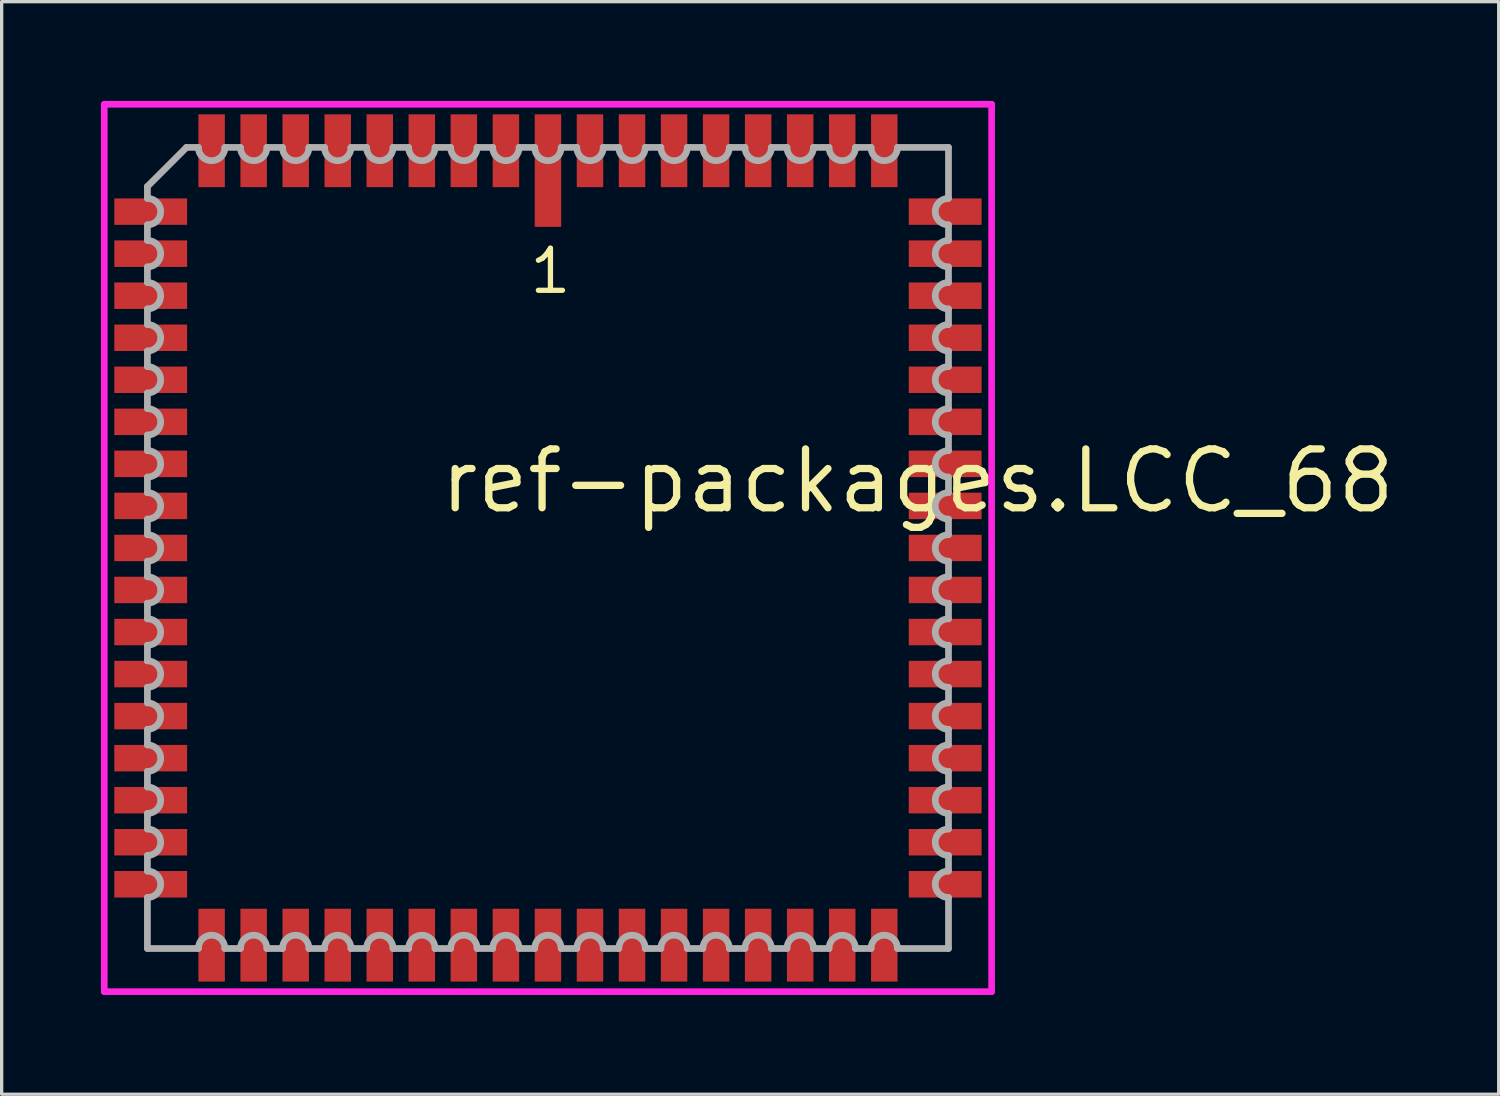
<source format=kicad_pcb>
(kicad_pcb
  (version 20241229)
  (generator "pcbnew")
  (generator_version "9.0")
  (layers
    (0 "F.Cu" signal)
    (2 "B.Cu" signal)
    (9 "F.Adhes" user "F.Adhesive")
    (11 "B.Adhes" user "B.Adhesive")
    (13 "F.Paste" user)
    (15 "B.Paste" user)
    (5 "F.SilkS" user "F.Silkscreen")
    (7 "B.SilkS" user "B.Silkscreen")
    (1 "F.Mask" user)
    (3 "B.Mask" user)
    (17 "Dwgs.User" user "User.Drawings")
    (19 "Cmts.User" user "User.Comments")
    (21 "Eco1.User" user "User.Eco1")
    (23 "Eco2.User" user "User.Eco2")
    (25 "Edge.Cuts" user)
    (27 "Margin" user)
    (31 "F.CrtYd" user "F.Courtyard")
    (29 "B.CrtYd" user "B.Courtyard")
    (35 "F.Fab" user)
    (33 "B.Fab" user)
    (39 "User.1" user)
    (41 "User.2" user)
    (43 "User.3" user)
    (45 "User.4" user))
  (footprint "ref-packages.LCC_68"
    (layer "F.Cu")
    (at 13.503 13.503)
    (property "Reference" "ref-packages.LCC_68" (at -3.37 -0.985 0) (layer "F.SilkS") (effects (font (size 1.778 1.778) (thickness 0.22)) (justify left bottom)))
    (attr smd)
    (fp_line (start -13.403 -13.403) (end 13.403 -13.403) (stroke (width 0.2) (type default)) (layer "F.CrtYd"))
    (fp_line (start -13.403 13.403) (end -13.403 -13.403) (stroke (width 0.2) (type default)) (layer "F.CrtYd"))
    (fp_line (start 13.403 -13.403) (end 13.403 13.403) (stroke (width 0.2) (type default)) (layer "F.CrtYd"))
    (fp_line (start 13.403 13.403) (end -13.403 13.403) (stroke (width 0.2) (type default)) (layer "F.CrtYd"))
    (fp_line (start -12.1 -10.92) (end -12.1 -10.56) (stroke (width 0.203) (type default)) (layer "F.Fab"))
    (fp_line (start -12.1 -9.76) (end -12.1 -9.29) (stroke (width 0.203) (type default)) (layer "F.Fab"))
    (fp_line (start -12.1 -8.49) (end -12.1 -8.02) (stroke (width 0.203) (type default)) (layer "F.Fab"))
    (fp_line (start -12.1 -7.22) (end -12.1 -6.75) (stroke (width 0.203) (type default)) (layer "F.Fab"))
    (fp_line (start -12.1 -5.95) (end -12.1 -5.48) (stroke (width 0.203) (type default)) (layer "F.Fab"))
    (fp_line (start -12.1 -4.68) (end -12.1 -4.21) (stroke (width 0.203) (type default)) (layer "F.Fab"))
    (fp_line (start -12.1 -3.41) (end -12.1 -2.94) (stroke (width 0.203) (type default)) (layer "F.Fab"))
    (fp_line (start -12.1 -2.14) (end -12.1 -1.67) (stroke (width 0.203) (type default)) (layer "F.Fab"))
    (fp_line (start -12.1 -0.87) (end -12.1 -0.4) (stroke (width 0.203) (type default)) (layer "F.Fab"))
    (fp_line (start -12.1 0.4) (end -12.1 0.87) (stroke (width 0.203) (type default)) (layer "F.Fab"))
    (fp_line (start -12.1 1.67) (end -12.1 2.14) (stroke (width 0.203) (type default)) (layer "F.Fab"))
    (fp_line (start -12.1 2.94) (end -12.1 3.41) (stroke (width 0.203) (type default)) (layer "F.Fab"))
    (fp_line (start -12.1 4.21) (end -12.1 4.68) (stroke (width 0.203) (type default)) (layer "F.Fab"))
    (fp_line (start -12.1 5.48) (end -12.1 5.95) (stroke (width 0.203) (type default)) (layer "F.Fab"))
    (fp_line (start -12.1 6.75) (end -12.1 7.22) (stroke (width 0.203) (type default)) (layer "F.Fab"))
    (fp_line (start -12.1 8.02) (end -12.1 8.49) (stroke (width 0.203) (type default)) (layer "F.Fab"))
    (fp_line (start -12.1 9.29) (end -12.1 9.76) (stroke (width 0.203) (type default)) (layer "F.Fab"))
    (fp_line (start -12.1 10.56) (end -12.1 12.1) (stroke (width 0.203) (type default)) (layer "F.Fab"))
    (fp_line (start -12.1 12.1) (end -10.56 12.1) (stroke (width 0.203) (type default)) (layer "F.Fab"))
    (fp_line (start -10.92 -12.1) (end -12.1 -10.92) (stroke (width 0.203) (type default)) (layer "F.Fab"))
    (fp_line (start -10.56 -12.1) (end -10.92 -12.1) (stroke (width 0.203) (type default)) (layer "F.Fab"))
    (fp_line (start -9.76 12.1) (end -9.29 12.1) (stroke (width 0.203) (type default)) (layer "F.Fab"))
    (fp_line (start -9.29 -12.1) (end -9.76 -12.1) (stroke (width 0.203) (type default)) (layer "F.Fab"))
    (fp_line (start -8.49 12.1) (end -8.02 12.1) (stroke (width 0.203) (type default)) (layer "F.Fab"))
    (fp_line (start -8.02 -12.1) (end -8.49 -12.1) (stroke (width 0.203) (type default)) (layer "F.Fab"))
    (fp_line (start -7.22 12.1) (end -6.75 12.1) (stroke (width 0.203) (type default)) (layer "F.Fab"))
    (fp_line (start -6.75 -12.1) (end -7.22 -12.1) (stroke (width 0.203) (type default)) (layer "F.Fab"))
    (fp_line (start -5.95 12.1) (end -5.48 12.1) (stroke (width 0.203) (type default)) (layer "F.Fab"))
    (fp_line (start -5.48 -12.1) (end -5.95 -12.1) (stroke (width 0.203) (type default)) (layer "F.Fab"))
    (fp_line (start -4.68 12.1) (end -4.21 12.1) (stroke (width 0.203) (type default)) (layer "F.Fab"))
    (fp_line (start -4.21 -12.1) (end -4.68 -12.1) (stroke (width 0.203) (type default)) (layer "F.Fab"))
    (fp_line (start -3.41 12.1) (end -2.94 12.1) (stroke (width 0.203) (type default)) (layer "F.Fab"))
    (fp_line (start -2.94 -12.1) (end -3.41 -12.1) (stroke (width 0.203) (type default)) (layer "F.Fab"))
    (fp_line (start -2.14 12.1) (end -1.67 12.1) (stroke (width 0.203) (type default)) (layer "F.Fab"))
    (fp_line (start -1.67 -12.1) (end -2.14 -12.1) (stroke (width 0.203) (type default)) (layer "F.Fab"))
    (fp_line (start -0.87 12.1) (end -0.4 12.1) (stroke (width 0.203) (type default)) (layer "F.Fab"))
    (fp_line (start -0.4 -12.1) (end -0.87 -12.1) (stroke (width 0.203) (type default)) (layer "F.Fab"))
    (fp_line (start 0.4 12.1) (end 0.87 12.1) (stroke (width 0.203) (type default)) (layer "F.Fab"))
    (fp_line (start 0.87 -12.1) (end 0.4 -12.1) (stroke (width 0.203) (type default)) (layer "F.Fab"))
    (fp_line (start 1.67 12.1) (end 2.14 12.1) (stroke (width 0.203) (type default)) (layer "F.Fab"))
    (fp_line (start 2.14 -12.1) (end 1.67 -12.1) (stroke (width 0.203) (type default)) (layer "F.Fab"))
    (fp_line (start 2.94 12.1) (end 3.41 12.1) (stroke (width 0.203) (type default)) (layer "F.Fab"))
    (fp_line (start 3.41 -12.1) (end 2.94 -12.1) (stroke (width 0.203) (type default)) (layer "F.Fab"))
    (fp_line (start 4.21 12.1) (end 4.68 12.1) (stroke (width 0.203) (type default)) (layer "F.Fab"))
    (fp_line (start 4.68 -12.1) (end 4.21 -12.1) (stroke (width 0.203) (type default)) (layer "F.Fab"))
    (fp_line (start 5.48 12.1) (end 5.95 12.1) (stroke (width 0.203) (type default)) (layer "F.Fab"))
    (fp_line (start 5.95 -12.1) (end 5.48 -12.1) (stroke (width 0.203) (type default)) (layer "F.Fab"))
    (fp_line (start 6.75 12.1) (end 7.22 12.1) (stroke (width 0.203) (type default)) (layer "F.Fab"))
    (fp_line (start 7.22 -12.1) (end 6.75 -12.1) (stroke (width 0.203) (type default)) (layer "F.Fab"))
    (fp_line (start 8.02 12.1) (end 8.49 12.1) (stroke (width 0.203) (type default)) (layer "F.Fab"))
    (fp_line (start 8.49 -12.1) (end 8.02 -12.1) (stroke (width 0.203) (type default)) (layer "F.Fab"))
    (fp_line (start 9.29 12.1) (end 9.76 12.1) (stroke (width 0.203) (type default)) (layer "F.Fab"))
    (fp_line (start 9.76 -12.1) (end 9.29 -12.1) (stroke (width 0.203) (type default)) (layer "F.Fab"))
    (fp_line (start 10.56 12.1) (end 12.1 12.1) (stroke (width 0.203) (type default)) (layer "F.Fab"))
    (fp_line (start 12.1 -12.1) (end 10.56 -12.1) (stroke (width 0.203) (type default)) (layer "F.Fab"))
    (fp_line (start 12.1 -10.56) (end 12.1 -12.1) (stroke (width 0.203) (type default)) (layer "F.Fab"))
    (fp_line (start 12.1 -9.29) (end 12.1 -9.76) (stroke (width 0.203) (type default)) (layer "F.Fab"))
    (fp_line (start 12.1 -8.02) (end 12.1 -8.49) (stroke (width 0.203) (type default)) (layer "F.Fab"))
    (fp_line (start 12.1 -6.75) (end 12.1 -7.22) (stroke (width 0.203) (type default)) (layer "F.Fab"))
    (fp_line (start 12.1 -5.48) (end 12.1 -5.95) (stroke (width 0.203) (type default)) (layer "F.Fab"))
    (fp_line (start 12.1 -4.21) (end 12.1 -4.68) (stroke (width 0.203) (type default)) (layer "F.Fab"))
    (fp_line (start 12.1 -2.94) (end 12.1 -3.41) (stroke (width 0.203) (type default)) (layer "F.Fab"))
    (fp_line (start 12.1 -1.67) (end 12.1 -2.14) (stroke (width 0.203) (type default)) (layer "F.Fab"))
    (fp_line (start 12.1 -0.4) (end 12.1 -0.87) (stroke (width 0.203) (type default)) (layer "F.Fab"))
    (fp_line (start 12.1 0.87) (end 12.1 0.4) (stroke (width 0.203) (type default)) (layer "F.Fab"))
    (fp_line (start 12.1 2.14) (end 12.1 1.67) (stroke (width 0.203) (type default)) (layer "F.Fab"))
    (fp_line (start 12.1 3.41) (end 12.1 2.94) (stroke (width 0.203) (type default)) (layer "F.Fab"))
    (fp_line (start 12.1 4.68) (end 12.1 4.21) (stroke (width 0.203) (type default)) (layer "F.Fab"))
    (fp_line (start 12.1 5.95) (end 12.1 5.48) (stroke (width 0.203) (type default)) (layer "F.Fab"))
    (fp_line (start 12.1 7.22) (end 12.1 6.75) (stroke (width 0.203) (type default)) (layer "F.Fab"))
    (fp_line (start 12.1 8.49) (end 12.1 8.02) (stroke (width 0.203) (type default)) (layer "F.Fab"))
    (fp_line (start 12.1 9.76) (end 12.1 9.29) (stroke (width 0.203) (type default)) (layer "F.Fab"))
    (fp_line (start 12.1 12.1) (end 12.1 10.56) (stroke (width 0.203) (type default)) (layer "F.Fab"))
    (fp_arc (start -12.0983 -10.56) (mid -11.6983 -10.16) (end -12.0983 -9.76) (stroke (width 0.2032) (type default)) (layer "F.Fab"))
    (fp_arc (start -12.0983 -9.29) (mid -11.6983 -8.89) (end -12.0983 -8.49) (stroke (width 0.2032) (type default)) (layer "F.Fab"))
    (fp_arc (start -12.0983 -8.02) (mid -11.6983 -7.62) (end -12.0983 -7.22) (stroke (width 0.2032) (type default)) (layer "F.Fab"))
    (fp_arc (start -12.0983 -6.75) (mid -11.6983 -6.35) (end -12.0983 -5.95) (stroke (width 0.2032) (type default)) (layer "F.Fab"))
    (fp_arc (start -12.0983 -5.48) (mid -11.6983 -5.08) (end -12.0983 -4.68) (stroke (width 0.2032) (type default)) (layer "F.Fab"))
    (fp_arc (start -12.0983 -4.21) (mid -11.6983 -3.81) (end -12.0983 -3.41) (stroke (width 0.2032) (type default)) (layer "F.Fab"))
    (fp_arc (start -12.0983 -2.94) (mid -11.6983 -2.54) (end -12.0983 -2.14) (stroke (width 0.2032) (type default)) (layer "F.Fab"))
    (fp_arc (start -12.0983 -1.67) (mid -11.6983 -1.27) (end -12.0983 -0.87) (stroke (width 0.2032) (type default)) (layer "F.Fab"))
    (fp_arc (start -12.0983 -0.4001) (mid -11.6982 0) (end -12.0983 0.4001) (stroke (width 0.2032) (type default)) (layer "F.Fab"))
    (fp_arc (start -12.0983 0.8699) (mid -11.6982 1.27) (end -12.0983 1.6701) (stroke (width 0.2032) (type default)) (layer "F.Fab"))
    (fp_arc (start -12.0983 2.1399) (mid -11.6982 2.54) (end -12.0983 2.9401) (stroke (width 0.2032) (type default)) (layer "F.Fab"))
    (fp_arc (start -12.0983 3.4099) (mid -11.6982 3.81) (end -12.0983 4.2101) (stroke (width 0.2032) (type default)) (layer "F.Fab"))
    (fp_arc (start -12.0983 4.6799) (mid -11.6982 5.08) (end -12.0983 5.4801) (stroke (width 0.2032) (type default)) (layer "F.Fab"))
    (fp_arc (start -12.0983 5.9499) (mid -11.6982 6.35) (end -12.0983 6.7501) (stroke (width 0.2032) (type default)) (layer "F.Fab"))
    (fp_arc (start -12.0983 7.2199) (mid -11.6982 7.62) (end -12.0983 8.0201) (stroke (width 0.2032) (type default)) (layer "F.Fab"))
    (fp_arc (start -12.0983 8.4899) (mid -11.6982 8.89) (end -12.0983 9.2901) (stroke (width 0.2032) (type default)) (layer "F.Fab"))
    (fp_arc (start -12.0983 9.7599) (mid -11.6982 10.16) (end -12.0983 10.5601) (stroke (width 0.2032) (type default)) (layer "F.Fab"))
    (fp_arc (start -10.5601 12.0983) (mid -10.16 11.6982) (end -9.7599 12.0983) (stroke (width 0.2032) (type default)) (layer "F.Fab"))
    (fp_arc (start -9.7599 -12.0983) (mid -10.16 -11.6982) (end -10.5601 -12.0983) (stroke (width 0.2032) (type default)) (layer "F.Fab"))
    (fp_arc (start -9.2901 12.0983) (mid -8.89 11.6982) (end -8.4899 12.0983) (stroke (width 0.2032) (type default)) (layer "F.Fab"))
    (fp_arc (start -8.4899 -12.0983) (mid -8.89 -11.6982) (end -9.2901 -12.0983) (stroke (width 0.2032) (type default)) (layer "F.Fab"))
    (fp_arc (start -8.0201 12.0983) (mid -7.62 11.6982) (end -7.2199 12.0983) (stroke (width 0.2032) (type default)) (layer "F.Fab"))
    (fp_arc (start -7.2199 -12.0983) (mid -7.62 -11.6982) (end -8.0201 -12.0983) (stroke (width 0.2032) (type default)) (layer "F.Fab"))
    (fp_arc (start -6.7501 12.0983) (mid -6.35 11.6982) (end -5.9499 12.0983) (stroke (width 0.2032) (type default)) (layer "F.Fab"))
    (fp_arc (start -5.9499 -12.0983) (mid -6.35 -11.6982) (end -6.7501 -12.0983) (stroke (width 0.2032) (type default)) (layer "F.Fab"))
    (fp_arc (start -5.4801 12.0983) (mid -5.08 11.6982) (end -4.6799 12.0983) (stroke (width 0.2032) (type default)) (layer "F.Fab"))
    (fp_arc (start -4.6799 -12.0983) (mid -5.08 -11.6982) (end -5.4801 -12.0983) (stroke (width 0.2032) (type default)) (layer "F.Fab"))
    (fp_arc (start -4.2101 12.0983) (mid -3.81 11.6982) (end -3.4099 12.0983) (stroke (width 0.2032) (type default)) (layer "F.Fab"))
    (fp_arc (start -3.4099 -12.0983) (mid -3.81 -11.6982) (end -4.2101 -12.0983) (stroke (width 0.2032) (type default)) (layer "F.Fab"))
    (fp_arc (start -2.9401 12.0983) (mid -2.54 11.6982) (end -2.1399 12.0983) (stroke (width 0.2032) (type default)) (layer "F.Fab"))
    (fp_arc (start -2.1399 -12.0983) (mid -2.54 -11.6982) (end -2.9401 -12.0983) (stroke (width 0.2032) (type default)) (layer "F.Fab"))
    (fp_arc (start -1.6701 12.0983) (mid -1.27 11.6982) (end -0.8699 12.0983) (stroke (width 0.2032) (type default)) (layer "F.Fab"))
    (fp_arc (start -0.8699 -12.0983) (mid -1.27 -11.6982) (end -1.6701 -12.0983) (stroke (width 0.2032) (type default)) (layer "F.Fab"))
    (fp_arc (start -0.4001 12.0983) (mid 0 11.6982) (end 0.4001 12.0983) (stroke (width 0.2032) (type default)) (layer "F.Fab"))
    (fp_arc (start 0.4001 -12.0983) (mid 0 -11.6982) (end -0.4001 -12.0983) (stroke (width 0.2032) (type default)) (layer "F.Fab"))
    (fp_arc (start 0.87 12.0983) (mid 1.27 11.6983) (end 1.67 12.0983) (stroke (width 0.2032) (type default)) (layer "F.Fab"))
    (fp_arc (start 1.67 -12.0983) (mid 1.27 -11.6983) (end 0.87 -12.0983) (stroke (width 0.2032) (type default)) (layer "F.Fab"))
    (fp_arc (start 2.14 12.0983) (mid 2.54 11.6983) (end 2.94 12.0983) (stroke (width 0.2032) (type default)) (layer "F.Fab"))
    (fp_arc (start 2.94 -12.0983) (mid 2.54 -11.6983) (end 2.14 -12.0983) (stroke (width 0.2032) (type default)) (layer "F.Fab"))
    (fp_arc (start 3.41 12.0983) (mid 3.81 11.6983) (end 4.21 12.0983) (stroke (width 0.2032) (type default)) (layer "F.Fab"))
    (fp_arc (start 4.21 -12.0983) (mid 3.81 -11.6983) (end 3.41 -12.0983) (stroke (width 0.2032) (type default)) (layer "F.Fab"))
    (fp_arc (start 4.68 12.0983) (mid 5.08 11.6983) (end 5.48 12.0983) (stroke (width 0.2032) (type default)) (layer "F.Fab"))
    (fp_arc (start 5.48 -12.0983) (mid 5.08 -11.6983) (end 4.68 -12.0983) (stroke (width 0.2032) (type default)) (layer "F.Fab"))
    (fp_arc (start 5.95 12.0983) (mid 6.35 11.6983) (end 6.75 12.0983) (stroke (width 0.2032) (type default)) (layer "F.Fab"))
    (fp_arc (start 6.75 -12.0983) (mid 6.35 -11.6983) (end 5.95 -12.0983) (stroke (width 0.2032) (type default)) (layer "F.Fab"))
    (fp_arc (start 7.22 12.0983) (mid 7.62 11.6983) (end 8.02 12.0983) (stroke (width 0.2032) (type default)) (layer "F.Fab"))
    (fp_arc (start 8.02 -12.0983) (mid 7.62 -11.6983) (end 7.22 -12.0983) (stroke (width 0.2032) (type default)) (layer "F.Fab"))
    (fp_arc (start 8.49 12.0983) (mid 8.89 11.6983) (end 9.29 12.0983) (stroke (width 0.2032) (type default)) (layer "F.Fab"))
    (fp_arc (start 9.29 -12.0983) (mid 8.89 -11.6983) (end 8.49 -12.0983) (stroke (width 0.2032) (type default)) (layer "F.Fab"))
    (fp_arc (start 9.76 12.0983) (mid 10.16 11.6983) (end 10.56 12.0983) (stroke (width 0.2032) (type default)) (layer "F.Fab"))
    (fp_arc (start 10.56 -12.0983) (mid 10.16 -11.6983) (end 9.76 -12.0983) (stroke (width 0.2032) (type default)) (layer "F.Fab"))
    (fp_arc (start 12.0983 -9.7599) (mid 11.6982 -10.16) (end 12.0983 -10.5601) (stroke (width 0.2032) (type default)) (layer "F.Fab"))
    (fp_arc (start 12.0983 -8.4899) (mid 11.6982 -8.89) (end 12.0983 -9.2901) (stroke (width 0.2032) (type default)) (layer "F.Fab"))
    (fp_arc (start 12.0983 -7.2199) (mid 11.6982 -7.62) (end 12.0983 -8.0201) (stroke (width 0.2032) (type default)) (layer "F.Fab"))
    (fp_arc (start 12.0983 -5.9499) (mid 11.6982 -6.35) (end 12.0983 -6.7501) (stroke (width 0.2032) (type default)) (layer "F.Fab"))
    (fp_arc (start 12.0983 -4.6799) (mid 11.6982 -5.08) (end 12.0983 -5.4801) (stroke (width 0.2032) (type default)) (layer "F.Fab"))
    (fp_arc (start 12.0983 -3.4099) (mid 11.6982 -3.81) (end 12.0983 -4.2101) (stroke (width 0.2032) (type default)) (layer "F.Fab"))
    (fp_arc (start 12.0983 -2.14) (mid 11.6983 -2.54) (end 12.0983 -2.94) (stroke (width 0.2032) (type default)) (layer "F.Fab"))
    (fp_arc (start 12.0983 -0.87) (mid 11.6983 -1.27) (end 12.0983 -1.67) (stroke (width 0.2032) (type default)) (layer "F.Fab"))
    (fp_arc (start 12.0983 0.4001) (mid 11.6982 0) (end 12.0983 -0.4001) (stroke (width 0.2032) (type default)) (layer "F.Fab"))
    (fp_arc (start 12.0983 1.6701) (mid 11.6982 1.27) (end 12.0983 0.8699) (stroke (width 0.2032) (type default)) (layer "F.Fab"))
    (fp_arc (start 12.0983 2.94) (mid 11.6983 2.54) (end 12.0983 2.14) (stroke (width 0.2032) (type default)) (layer "F.Fab"))
    (fp_arc (start 12.0983 4.21) (mid 11.6983 3.81) (end 12.0983 3.41) (stroke (width 0.2032) (type default)) (layer "F.Fab"))
    (fp_arc (start 12.0983 5.48) (mid 11.6983 5.08) (end 12.0983 4.68) (stroke (width 0.2032) (type default)) (layer "F.Fab"))
    (fp_arc (start 12.0983 6.75) (mid 11.6983 6.35) (end 12.0983 5.95) (stroke (width 0.2032) (type default)) (layer "F.Fab"))
    (fp_arc (start 12.0983 8.02) (mid 11.6983 7.62) (end 12.0983 7.22) (stroke (width 0.2032) (type default)) (layer "F.Fab"))
    (fp_arc (start 12.0983 9.29) (mid 11.6983 8.89) (end 12.0983 8.49) (stroke (width 0.2032) (type default)) (layer "F.Fab"))
    (fp_arc (start 12.0983 10.56) (mid 11.6983 10.16) (end 12.0983 9.76) (stroke (width 0.2032) (type default)) (layer "F.Fab"))
    (fp_text user "1" (at -0.635 -7.62 0) (layer "F.SilkS") (effects (font (size 1.27 1.27) (thickness 0.16)) (justify left bottom)))
    (pad "1" smd roundrect (at 0 -11.4) (size 0.8 3.4) (layers "F.Cu" "F.Mask" "F.Paste") (roundrect_rratio 0.01))
    (pad "2" smd roundrect (at -1.27 -12) (size 0.8 2.2) (layers "F.Cu" "F.Mask" "F.Paste") (roundrect_rratio 0.01))
    (pad "3" smd roundrect (at -2.54 -12) (size 0.8 2.2) (layers "F.Cu" "F.Mask" "F.Paste") (roundrect_rratio 0.01))
    (pad "4" smd roundrect (at -3.81 -12) (size 0.8 2.2) (layers "F.Cu" "F.Mask" "F.Paste") (roundrect_rratio 0.01))
    (pad "5" smd roundrect (at -5.08 -12) (size 0.8 2.2) (layers "F.Cu" "F.Mask" "F.Paste") (roundrect_rratio 0.01))
    (pad "6" smd roundrect (at -6.35 -12) (size 0.8 2.2) (layers "F.Cu" "F.Mask" "F.Paste") (roundrect_rratio 0.01))
    (pad "7" smd roundrect (at -7.62 -12) (size 0.8 2.2) (layers "F.Cu" "F.Mask" "F.Paste") (roundrect_rratio 0.01))
    (pad "8" smd roundrect (at -8.89 -12) (size 0.8 2.2) (layers "F.Cu" "F.Mask" "F.Paste") (roundrect_rratio 0.01))
    (pad "9" smd roundrect (at -10.16 -12) (size 0.8 2.2) (layers "F.Cu" "F.Mask" "F.Paste") (roundrect_rratio 0.01))
    (pad "10" smd roundrect (at -12 -10.16) (size 2.2 0.8) (layers "F.Cu" "F.Mask" "F.Paste") (roundrect_rratio 0.01))
    (pad "11" smd roundrect (at -12 -8.89) (size 2.2 0.8) (layers "F.Cu" "F.Mask" "F.Paste") (roundrect_rratio 0.01))
    (pad "12" smd roundrect (at -12 -7.62) (size 2.2 0.8) (layers "F.Cu" "F.Mask" "F.Paste") (roundrect_rratio 0.01))
    (pad "13" smd roundrect (at -12 -6.35) (size 2.2 0.8) (layers "F.Cu" "F.Mask" "F.Paste") (roundrect_rratio 0.01))
    (pad "14" smd roundrect (at -12 -5.08) (size 2.2 0.8) (layers "F.Cu" "F.Mask" "F.Paste") (roundrect_rratio 0.01))
    (pad "15" smd roundrect (at -12 -3.81) (size 2.2 0.8) (layers "F.Cu" "F.Mask" "F.Paste") (roundrect_rratio 0.01))
    (pad "16" smd roundrect (at -12 -2.54) (size 2.2 0.8) (layers "F.Cu" "F.Mask" "F.Paste") (roundrect_rratio 0.01))
    (pad "17" smd roundrect (at -12 -1.27) (size 2.2 0.8) (layers "F.Cu" "F.Mask" "F.Paste") (roundrect_rratio 0.01))
    (pad "18" smd roundrect (at -12 0) (size 2.2 0.8) (layers "F.Cu" "F.Mask" "F.Paste") (roundrect_rratio 0.01))
    (pad "19" smd roundrect (at -12 1.27) (size 2.2 0.8) (layers "F.Cu" "F.Mask" "F.Paste") (roundrect_rratio 0.01))
    (pad "20" smd roundrect (at -12 2.54) (size 2.2 0.8) (layers "F.Cu" "F.Mask" "F.Paste") (roundrect_rratio 0.01))
    (pad "21" smd roundrect (at -12 3.81) (size 2.2 0.8) (layers "F.Cu" "F.Mask" "F.Paste") (roundrect_rratio 0.01))
    (pad "22" smd roundrect (at -12 5.08) (size 2.2 0.8) (layers "F.Cu" "F.Mask" "F.Paste") (roundrect_rratio 0.01))
    (pad "23" smd roundrect (at -12 6.35) (size 2.2 0.8) (layers "F.Cu" "F.Mask" "F.Paste") (roundrect_rratio 0.01))
    (pad "24" smd roundrect (at -12 7.62) (size 2.2 0.8) (layers "F.Cu" "F.Mask" "F.Paste") (roundrect_rratio 0.01))
    (pad "25" smd roundrect (at -12 8.89) (size 2.2 0.8) (layers "F.Cu" "F.Mask" "F.Paste") (roundrect_rratio 0.01))
    (pad "26" smd roundrect (at -12 10.16) (size 2.2 0.8) (layers "F.Cu" "F.Mask" "F.Paste") (roundrect_rratio 0.01))
    (pad "27" smd roundrect (at -10.16 12) (size 0.8 2.2) (layers "F.Cu" "F.Mask" "F.Paste") (roundrect_rratio 0.01))
    (pad "28" smd roundrect (at -8.89 12) (size 0.8 2.2) (layers "F.Cu" "F.Mask" "F.Paste") (roundrect_rratio 0.01))
    (pad "29" smd roundrect (at -7.62 12) (size 0.8 2.2) (layers "F.Cu" "F.Mask" "F.Paste") (roundrect_rratio 0.01))
    (pad "30" smd roundrect (at -6.35 12) (size 0.8 2.2) (layers "F.Cu" "F.Mask" "F.Paste") (roundrect_rratio 0.01))
    (pad "31" smd roundrect (at -5.08 12) (size 0.8 2.2) (layers "F.Cu" "F.Mask" "F.Paste") (roundrect_rratio 0.01))
    (pad "32" smd roundrect (at -3.81 12) (size 0.8 2.2) (layers "F.Cu" "F.Mask" "F.Paste") (roundrect_rratio 0.01))
    (pad "33" smd roundrect (at -2.54 12) (size 0.8 2.2) (layers "F.Cu" "F.Mask" "F.Paste") (roundrect_rratio 0.01))
    (pad "34" smd roundrect (at -1.27 12) (size 0.8 2.2) (layers "F.Cu" "F.Mask" "F.Paste") (roundrect_rratio 0.01))
    (pad "35" smd roundrect (at 0 12) (size 0.8 2.2) (layers "F.Cu" "F.Mask" "F.Paste") (roundrect_rratio 0.01))
    (pad "36" smd roundrect (at 1.27 12) (size 0.8 2.2) (layers "F.Cu" "F.Mask" "F.Paste") (roundrect_rratio 0.01))
    (pad "37" smd roundrect (at 2.54 12) (size 0.8 2.2) (layers "F.Cu" "F.Mask" "F.Paste") (roundrect_rratio 0.01))
    (pad "38" smd roundrect (at 3.81 12) (size 0.8 2.2) (layers "F.Cu" "F.Mask" "F.Paste") (roundrect_rratio 0.01))
    (pad "39" smd roundrect (at 5.08 12) (size 0.8 2.2) (layers "F.Cu" "F.Mask" "F.Paste") (roundrect_rratio 0.01))
    (pad "40" smd roundrect (at 6.35 12) (size 0.8 2.2) (layers "F.Cu" "F.Mask" "F.Paste") (roundrect_rratio 0.01))
    (pad "41" smd roundrect (at 7.62 12) (size 0.8 2.2) (layers "F.Cu" "F.Mask" "F.Paste") (roundrect_rratio 0.01))
    (pad "42" smd roundrect (at 8.89 12) (size 0.8 2.2) (layers "F.Cu" "F.Mask" "F.Paste") (roundrect_rratio 0.01))
    (pad "43" smd roundrect (at 10.16 12) (size 0.8 2.2) (layers "F.Cu" "F.Mask" "F.Paste") (roundrect_rratio 0.01))
    (pad "44" smd roundrect (at 12 10.16) (size 2.2 0.8) (layers "F.Cu" "F.Mask" "F.Paste") (roundrect_rratio 0.01))
    (pad "45" smd roundrect (at 12 8.89) (size 2.2 0.8) (layers "F.Cu" "F.Mask" "F.Paste") (roundrect_rratio 0.01))
    (pad "46" smd roundrect (at 12 7.62) (size 2.2 0.8) (layers "F.Cu" "F.Mask" "F.Paste") (roundrect_rratio 0.01))
    (pad "47" smd roundrect (at 12 6.35) (size 2.2 0.8) (layers "F.Cu" "F.Mask" "F.Paste") (roundrect_rratio 0.01))
    (pad "48" smd roundrect (at 12 5.08) (size 2.2 0.8) (layers "F.Cu" "F.Mask" "F.Paste") (roundrect_rratio 0.01))
    (pad "49" smd roundrect (at 12 3.81) (size 2.2 0.8) (layers "F.Cu" "F.Mask" "F.Paste") (roundrect_rratio 0.01))
    (pad "50" smd roundrect (at 12 2.54) (size 2.2 0.8) (layers "F.Cu" "F.Mask" "F.Paste") (roundrect_rratio 0.01))
    (pad "51" smd roundrect (at 12 1.27) (size 2.2 0.8) (layers "F.Cu" "F.Mask" "F.Paste") (roundrect_rratio 0.01))
    (pad "52" smd roundrect (at 12 0) (size 2.2 0.8) (layers "F.Cu" "F.Mask" "F.Paste") (roundrect_rratio 0.01))
    (pad "53" smd roundrect (at 12 -1.27) (size 2.2 0.8) (layers "F.Cu" "F.Mask" "F.Paste") (roundrect_rratio 0.01))
    (pad "54" smd roundrect (at 12 -2.54) (size 2.2 0.8) (layers "F.Cu" "F.Mask" "F.Paste") (roundrect_rratio 0.01))
    (pad "55" smd roundrect (at 12 -3.81) (size 2.2 0.8) (layers "F.Cu" "F.Mask" "F.Paste") (roundrect_rratio 0.01))
    (pad "56" smd roundrect (at 12 -5.08) (size 2.2 0.8) (layers "F.Cu" "F.Mask" "F.Paste") (roundrect_rratio 0.01))
    (pad "57" smd roundrect (at 12 -6.35) (size 2.2 0.8) (layers "F.Cu" "F.Mask" "F.Paste") (roundrect_rratio 0.01))
    (pad "58" smd roundrect (at 12 -7.62) (size 2.2 0.8) (layers "F.Cu" "F.Mask" "F.Paste") (roundrect_rratio 0.01))
    (pad "59" smd roundrect (at 12 -8.89) (size 2.2 0.8) (layers "F.Cu" "F.Mask" "F.Paste") (roundrect_rratio 0.01))
    (pad "60" smd roundrect (at 12 -10.16) (size 2.2 0.8) (layers "F.Cu" "F.Mask" "F.Paste") (roundrect_rratio 0.01))
    (pad "61" smd roundrect (at 10.16 -12) (size 0.8 2.2) (layers "F.Cu" "F.Mask" "F.Paste") (roundrect_rratio 0.01))
    (pad "62" smd roundrect (at 8.89 -12) (size 0.8 2.2) (layers "F.Cu" "F.Mask" "F.Paste") (roundrect_rratio 0.01))
    (pad "63" smd roundrect (at 7.62 -12) (size 0.8 2.2) (layers "F.Cu" "F.Mask" "F.Paste") (roundrect_rratio 0.01))
    (pad "64" smd roundrect (at 6.35 -12) (size 0.8 2.2) (layers "F.Cu" "F.Mask" "F.Paste") (roundrect_rratio 0.01))
    (pad "65" smd roundrect (at 5.08 -12) (size 0.8 2.2) (layers "F.Cu" "F.Mask" "F.Paste") (roundrect_rratio 0.01))
    (pad "66" smd roundrect (at 3.81 -12) (size 0.8 2.2) (layers "F.Cu" "F.Mask" "F.Paste") (roundrect_rratio 0.01))
    (pad "67" smd roundrect (at 2.54 -12) (size 0.8 2.2) (layers "F.Cu" "F.Mask" "F.Paste") (roundrect_rratio 0.01))
    (pad "68" smd roundrect (at 1.27 -12) (size 0.8 2.2) (layers "F.Cu" "F.Mask" "F.Paste") (roundrect_rratio 0.01)))
  (gr_rect
    (start -3 -3)
    (end 42.224 30.006)
    (stroke (width 0.1) (type default))
    (fill no)
    (layer "Edge.Cuts")))
</source>
